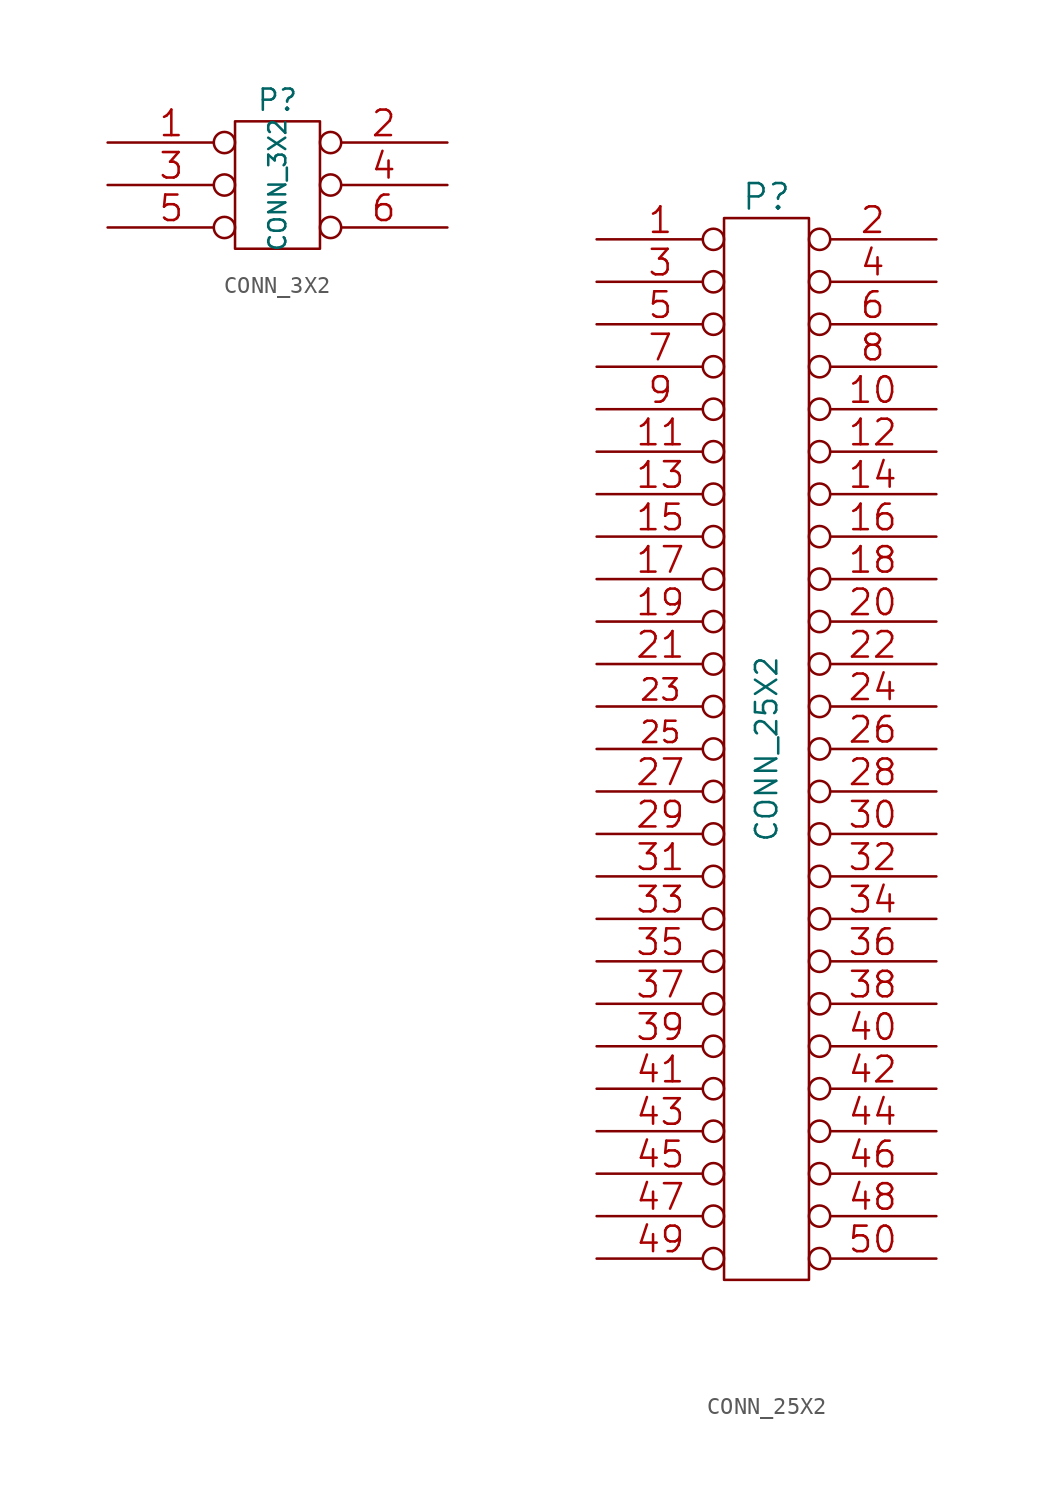
<source format=kicad_sym>
(kicad_symbol_lib
  (version 20211014)
  (generator kicad_symbol_editor)
  (symbol "CONN_3X2"
    (pin_names
      (offset 1.016) hide)
    (property "Reference" "P"
      (at 0 6.35 0)
      (effects (font (size 1.27 1.27))))
    (property "Value" "CONN_3X2"
      (at 0 1.27 90)
      (effects (font (size 1.016 1.016))))
    (property "Footprint" ""
      (at 0 0 0)
      (effects (font (size 1.524 1.524))))
    (property "Datasheet" ""
      (at 0 0 0)
      (effects (font (size 1.524 1.524))))
    (symbol "CONN_3X2_0_1"
      (rectangle (start -2.54 5.08) (end 2.54 -2.54) (stroke (width 0) (type default) (color 0 0 0 0)) (fill (type none))))
    (symbol "CONN_3X2_1_1"
      (pin passive inverted (at -10.16 3.81 0) (length 7.62) (name "1" (effects (font (size 1.524 1.524)))) (number "1" (effects (font (size 1.524 1.524)))))
      (pin passive inverted (at 10.16 3.81 180) (length 7.62) (name "2" (effects (font (size 1.524 1.524)))) (number "2" (effects (font (size 1.524 1.524)))))
      (pin passive inverted (at -10.16 1.27 0) (length 7.62) (name "3" (effects (font (size 1.524 1.524)))) (number "3" (effects (font (size 1.524 1.524)))))
      (pin passive inverted (at 10.16 1.27 180) (length 7.62) (name "4" (effects (font (size 1.524 1.524)))) (number "4" (effects (font (size 1.524 1.524)))))
      (pin passive inverted (at -10.16 -1.27 0) (length 7.62) (name "5" (effects (font (size 1.524 1.524)))) (number "5" (effects (font (size 1.524 1.524)))))
      (pin passive inverted (at 10.16 -1.27 180) (length 7.62) (name "6" (effects (font (size 1.524 1.524)))) (number "6" (effects (font (size 1.524 1.524)))))))
  (symbol "CONN_25X2"
    (pin_names
      (offset 0.254) hide)
    (property "Reference" "P"
      (at 0 33.02 0)
      (effects (font (size 1.524 1.524))))
    (property "Value" "CONN_25X2"
      (at 0 0 90)
      (effects (font (size 1.27 1.27))))
    (property "Footprint" ""
      (at 0 0 0)
      (effects (font (size 1.524 1.524))))
    (property "Datasheet" ""
      (at 0 0 0)
      (effects (font (size 1.524 1.524))))
    (symbol "CONN_25X2_0_1"
      (rectangle (start -2.54 31.75) (end 2.54 -31.75) (stroke (width 0) (type default) (color 0 0 0 0)) (fill (type none))))
    (symbol "CONN_25X2_1_1"
      (pin passive inverted (at -10.16 30.48 0) (length 7.62) (name "P1" (effects (font (size 0.762 0.762)))) (number "1" (effects (font (size 1.524 1.524)))))
      (pin passive inverted (at 10.16 20.32 180) (length 7.62) (name "P10" (effects (font (size 0.762 0.762)))) (number "10" (effects (font (size 1.524 1.524)))))
      (pin passive inverted (at -10.16 17.78 0) (length 7.62) (name "P11" (effects (font (size 0.762 0.762)))) (number "11" (effects (font (size 1.524 1.524)))))
      (pin passive inverted (at 10.16 17.78 180) (length 7.62) (name "P12" (effects (font (size 0.762 0.762)))) (number "12" (effects (font (size 1.524 1.524)))))
      (pin passive inverted (at -10.16 15.24 0) (length 7.62) (name "P13" (effects (font (size 0.762 0.762)))) (number "13" (effects (font (size 1.524 1.524)))))
      (pin passive inverted (at 10.16 15.24 180) (length 7.62) (name "P14" (effects (font (size 0.762 0.762)))) (number "14" (effects (font (size 1.524 1.524)))))
      (pin passive inverted (at -10.16 12.7 0) (length 7.62) (name "P15" (effects (font (size 0.762 0.762)))) (number "15" (effects (font (size 1.524 1.524)))))
      (pin passive inverted (at 10.16 12.7 180) (length 7.62) (name "P16" (effects (font (size 0.762 0.762)))) (number "16" (effects (font (size 1.524 1.524)))))
      (pin passive inverted (at -10.16 10.16 0) (length 7.62) (name "P17" (effects (font (size 0.762 0.762)))) (number "17" (effects (font (size 1.524 1.524)))))
      (pin passive inverted (at 10.16 10.16 180) (length 7.62) (name "P18" (effects (font (size 0.762 0.762)))) (number "18" (effects (font (size 1.524 1.524)))))
      (pin passive inverted (at -10.16 7.62 0) (length 7.62) (name "P19" (effects (font (size 0.762 0.762)))) (number "19" (effects (font (size 1.524 1.524)))))
      (pin passive inverted (at 10.16 30.48 180) (length 7.62) (name "P2" (effects (font (size 0.762 0.762)))) (number "2" (effects (font (size 1.524 1.524)))))
      (pin passive inverted (at 10.16 7.62 180) (length 7.62) (name "P20" (effects (font (size 0.762 0.762)))) (number "20" (effects (font (size 1.524 1.524)))))
      (pin passive inverted (at -10.16 5.08 0) (length 7.62) (name "P21" (effects (font (size 0.762 0.762)))) (number "21" (effects (font (size 1.524 1.524)))))
      (pin passive inverted (at 10.16 5.08 180) (length 7.62) (name "P22" (effects (font (size 0.762 0.762)))) (number "22" (effects (font (size 1.524 1.524)))))
      (pin input inverted (at -10.16 2.54 0) (length 7.62) (name "P23" (effects (font (size 1.27 1.27)))) (number "23" (effects (font (size 1.27 1.27)))))
      (pin passive inverted (at 10.16 2.54 180) (length 7.62) (name "P24" (effects (font (size 0.762 0.762)))) (number "24" (effects (font (size 1.524 1.524)))))
      (pin input inverted (at -10.16 0 0) (length 7.62) (name "P25" (effects (font (size 1.27 1.27)))) (number "25" (effects (font (size 1.27 1.27)))))
      (pin passive inverted (at 10.16 0 180) (length 7.62) (name "P26" (effects (font (size 0.762 0.762)))) (number "26" (effects (font (size 1.524 1.524)))))
      (pin passive inverted (at -10.16 -2.54 0) (length 7.62) (name "P27" (effects (font (size 0.762 0.762)))) (number "27" (effects (font (size 1.524 1.524)))))
      (pin passive inverted (at 10.16 -2.54 180) (length 7.62) (name "P28" (effects (font (size 0.762 0.762)))) (number "28" (effects (font (size 1.524 1.524)))))
      (pin passive inverted (at -10.16 -5.08 0) (length 7.62) (name "P29" (effects (font (size 0.762 0.762)))) (number "29" (effects (font (size 1.524 1.524)))))
      (pin passive inverted (at -10.16 27.94 0) (length 7.62) (name "P3" (effects (font (size 0.762 0.762)))) (number "3" (effects (font (size 1.524 1.524)))))
      (pin passive inverted (at 10.16 -5.08 180) (length 7.62) (name "P30" (effects (font (size 0.762 0.762)))) (number "30" (effects (font (size 1.524 1.524)))))
      (pin passive inverted (at -10.16 -7.62 0) (length 7.62) (name "P31" (effects (font (size 0.762 0.762)))) (number "31" (effects (font (size 1.524 1.524)))))
      (pin passive inverted (at 10.16 -7.62 180) (length 7.62) (name "P32" (effects (font (size 0.762 0.762)))) (number "32" (effects (font (size 1.524 1.524)))))
      (pin passive inverted (at -10.16 -10.16 0) (length 7.62) (name "P33" (effects (font (size 0.762 0.762)))) (number "33" (effects (font (size 1.524 1.524)))))
      (pin passive inverted (at 10.16 -10.16 180) (length 7.62) (name "P34" (effects (font (size 0.762 0.762)))) (number "34" (effects (font (size 1.524 1.524)))))
      (pin passive inverted (at -10.16 -12.7 0) (length 7.62) (name "P35" (effects (font (size 0.762 0.762)))) (number "35" (effects (font (size 1.524 1.524)))))
      (pin passive inverted (at 10.16 -12.7 180) (length 7.62) (name "P36" (effects (font (size 0.762 0.762)))) (number "36" (effects (font (size 1.524 1.524)))))
      (pin passive inverted (at -10.16 -15.24 0) (length 7.62) (name "P37" (effects (font (size 0.762 0.762)))) (number "37" (effects (font (size 1.524 1.524)))))
      (pin passive inverted (at 10.16 -15.24 180) (length 7.62) (name "P38" (effects (font (size 0.762 0.762)))) (number "38" (effects (font (size 1.524 1.524)))))
      (pin passive inverted (at -10.16 -17.78 0) (length 7.62) (name "P39" (effects (font (size 0.762 0.762)))) (number "39" (effects (font (size 1.524 1.524)))))
      (pin passive inverted (at 10.16 27.94 180) (length 7.62) (name "P4" (effects (font (size 0.762 0.762)))) (number "4" (effects (font (size 1.524 1.524)))))
      (pin passive inverted (at 10.16 -17.78 180) (length 7.62) (name "P40" (effects (font (size 0.762 0.762)))) (number "40" (effects (font (size 1.524 1.524)))))
      (pin passive inverted (at -10.16 -20.32 0) (length 7.62) (name "P41" (effects (font (size 0.762 0.762)))) (number "41" (effects (font (size 1.524 1.524)))))
      (pin passive inverted (at 10.16 -20.32 180) (length 7.62) (name "P42" (effects (font (size 0.762 0.762)))) (number "42" (effects (font (size 1.524 1.524)))))
      (pin passive inverted (at -10.16 -22.86 0) (length 7.62) (name "P43" (effects (font (size 0.762 0.762)))) (number "43" (effects (font (size 1.524 1.524)))))
      (pin passive inverted (at 10.16 -22.86 180) (length 7.62) (name "P44" (effects (font (size 0.762 0.762)))) (number "44" (effects (font (size 1.524 1.524)))))
      (pin passive inverted (at -10.16 -25.4 0) (length 7.62) (name "P45" (effects (font (size 0.762 0.762)))) (number "45" (effects (font (size 1.524 1.524)))))
      (pin passive inverted (at 10.16 -25.4 180) (length 7.62) (name "P46" (effects (font (size 0.762 0.762)))) (number "46" (effects (font (size 1.524 1.524)))))
      (pin passive inverted (at -10.16 -27.94 0) (length 7.62) (name "P47" (effects (font (size 0.762 0.762)))) (number "47" (effects (font (size 1.524 1.524)))))
      (pin passive inverted (at 10.16 -27.94 180) (length 7.62) (name "P48" (effects (font (size 0.762 0.762)))) (number "48" (effects (font (size 1.524 1.524)))))
      (pin passive inverted (at -10.16 -30.48 0) (length 7.62) (name "P49" (effects (font (size 0.762 0.762)))) (number "49" (effects (font (size 1.524 1.524)))))
      (pin passive inverted (at -10.16 25.4 0) (length 7.62) (name "P5" (effects (font (size 0.762 0.762)))) (number "5" (effects (font (size 1.524 1.524)))))
      (pin passive inverted (at 10.16 -30.48 180) (length 7.62) (name "P50" (effects (font (size 0.762 0.762)))) (number "50" (effects (font (size 1.524 1.524)))))
      (pin passive inverted (at 10.16 25.4 180) (length 7.62) (name "P6" (effects (font (size 0.762 0.762)))) (number "6" (effects (font (size 1.524 1.524)))))
      (pin passive inverted (at -10.16 22.86 0) (length 7.62) (name "P7" (effects (font (size 0.762 0.762)))) (number "7" (effects (font (size 1.524 1.524)))))
      (pin passive inverted (at 10.16 22.86 180) (length 7.62) (name "P8" (effects (font (size 0.762 0.762)))) (number "8" (effects (font (size 1.524 1.524)))))
      (pin passive inverted (at -10.16 20.32 0) (length 7.62) (name "P9" (effects (font (size 0.762 0.762)))) (number "9" (effects (font (size 1.524 1.524))))))))
</source>
